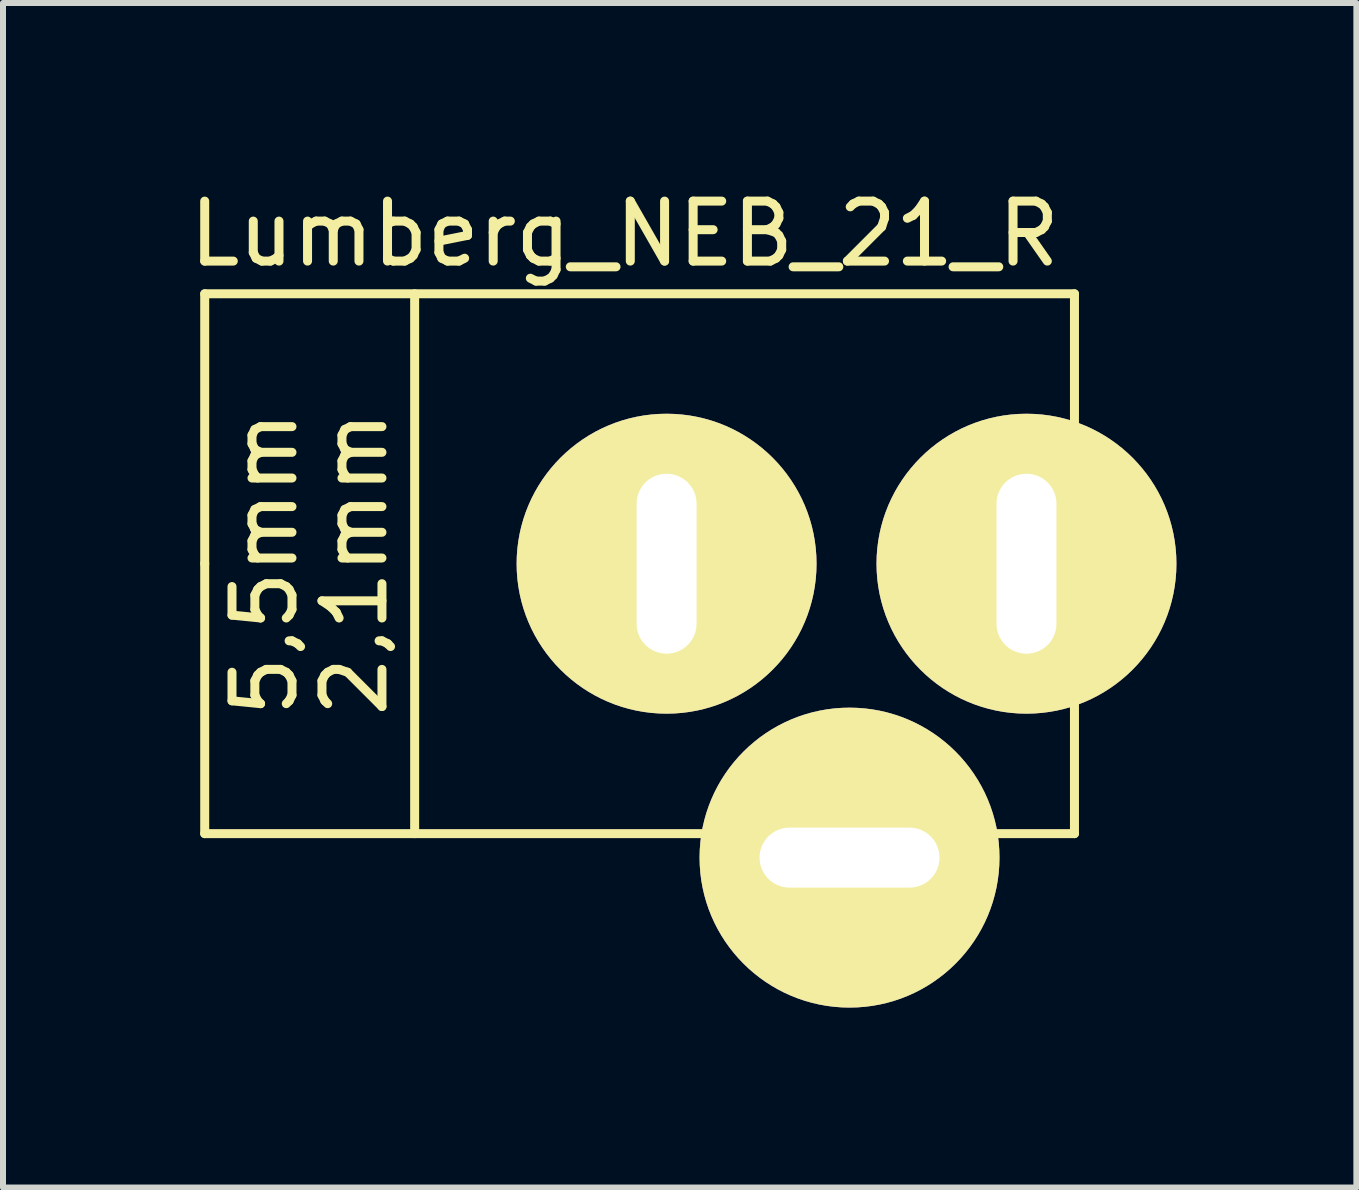
<source format=kicad_pcb>
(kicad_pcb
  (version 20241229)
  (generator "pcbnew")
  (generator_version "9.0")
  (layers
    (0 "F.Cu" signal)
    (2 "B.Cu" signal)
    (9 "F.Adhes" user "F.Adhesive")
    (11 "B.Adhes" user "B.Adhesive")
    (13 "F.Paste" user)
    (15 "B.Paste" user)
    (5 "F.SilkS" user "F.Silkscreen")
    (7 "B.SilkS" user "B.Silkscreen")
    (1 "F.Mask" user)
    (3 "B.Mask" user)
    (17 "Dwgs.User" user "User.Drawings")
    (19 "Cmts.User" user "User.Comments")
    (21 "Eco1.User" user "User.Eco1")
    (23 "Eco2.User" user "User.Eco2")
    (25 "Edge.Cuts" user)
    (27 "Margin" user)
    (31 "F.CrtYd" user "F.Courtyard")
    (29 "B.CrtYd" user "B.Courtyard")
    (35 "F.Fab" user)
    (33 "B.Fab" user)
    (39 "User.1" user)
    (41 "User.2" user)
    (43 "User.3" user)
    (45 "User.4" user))
  (footprint "Lumberg_NEB_21_R"
    (layer "F.Cu")
    (at 0.363 6.348)
    (property "Reference" "Lumberg_NEB_21_R" (at 7 -5.5 0) (layer "F.SilkS") (effects (font (size 1 1) (thickness 0.15))))
    (attr through_hole)
    (fp_line (start 0 -4.5) (end 14.5 -4.5) (stroke (width 0.15) (type solid)) (layer "F.SilkS"))
    (fp_line (start 0 0) (end 0 -4.5) (stroke (width 0.15) (type solid)) (layer "F.SilkS"))
    (fp_line (start 0 4.5) (end 0 0) (stroke (width 0.15) (type solid)) (layer "F.SilkS"))
    (fp_line (start 3.5 -4.5) (end 3.5 4.5) (stroke (width 0.15) (type solid)) (layer "F.SilkS"))
    (fp_line (start 14.5 -4.5) (end 14.5 0) (stroke (width 0.15) (type solid)) (layer "F.SilkS"))
    (fp_line (start 14.5 0) (end 14.5 4.5) (stroke (width 0.15) (type solid)) (layer "F.SilkS"))
    (fp_line (start 14.5 4.5) (end 0 4.5) (stroke (width 0.15) (type solid)) (layer "F.SilkS"))
    (fp_text user "2,1mm" (at 2.5 0 90) (layer "F.SilkS") (effects (font (size 1 1) (thickness 0.15))))
    (fp_text user "5,5mm" (at 1 0 90) (layer "F.SilkS") (effects (font (size 1 1) (thickness 0.15))))
    (pad "1" thru_hole circle (at 13.7 0) (size 5 5) (drill oval 1 3) (layers "*.Cu" "*.Mask" "F.SilkS"))
    (pad "2" thru_hole circle (at 10.75 4.9) (size 5 5) (drill oval 3 1) (layers "*.Cu" "*.Mask" "F.SilkS"))
    (pad "3" thru_hole circle (at 7.7 0) (size 5 5) (drill oval 1 3) (layers "*.Cu" "*.Mask" "F.SilkS")))
  (gr_rect
    (start -3 -3)
    (end 19.563 16.748)
    (stroke (width 0.1) (type default))
    (fill no)
    (layer "Edge.Cuts")))
</source>
